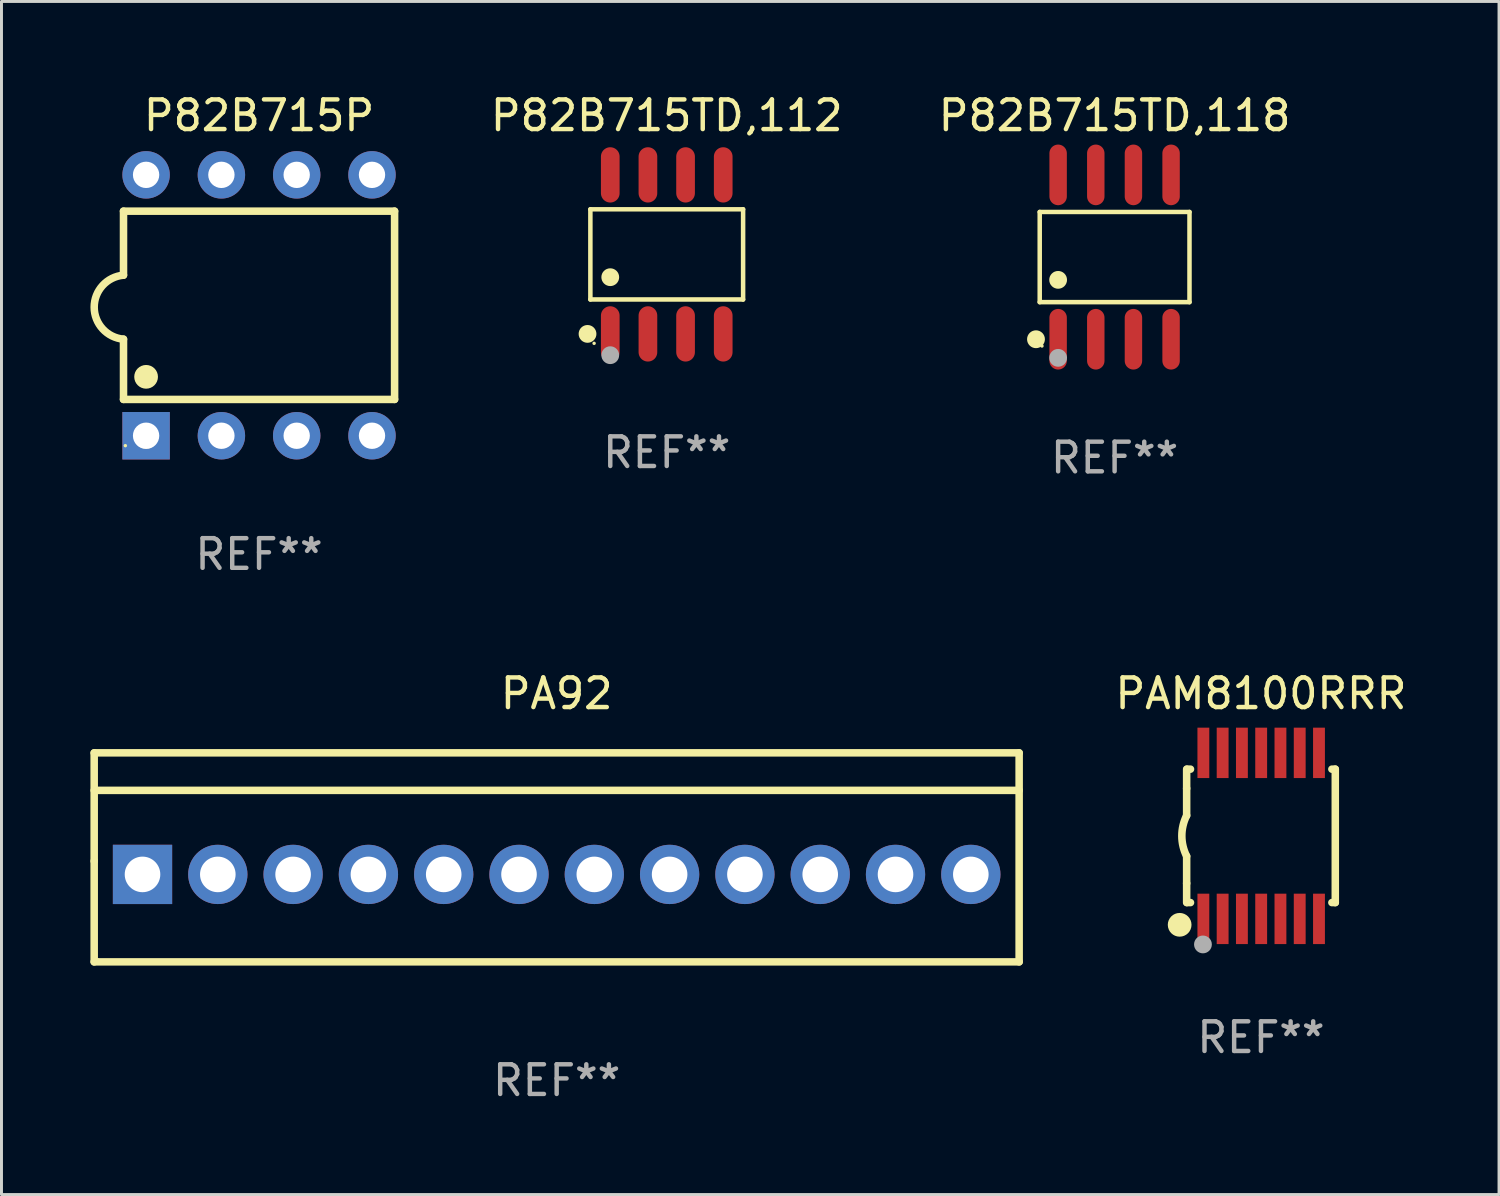
<source format=kicad_pcb>
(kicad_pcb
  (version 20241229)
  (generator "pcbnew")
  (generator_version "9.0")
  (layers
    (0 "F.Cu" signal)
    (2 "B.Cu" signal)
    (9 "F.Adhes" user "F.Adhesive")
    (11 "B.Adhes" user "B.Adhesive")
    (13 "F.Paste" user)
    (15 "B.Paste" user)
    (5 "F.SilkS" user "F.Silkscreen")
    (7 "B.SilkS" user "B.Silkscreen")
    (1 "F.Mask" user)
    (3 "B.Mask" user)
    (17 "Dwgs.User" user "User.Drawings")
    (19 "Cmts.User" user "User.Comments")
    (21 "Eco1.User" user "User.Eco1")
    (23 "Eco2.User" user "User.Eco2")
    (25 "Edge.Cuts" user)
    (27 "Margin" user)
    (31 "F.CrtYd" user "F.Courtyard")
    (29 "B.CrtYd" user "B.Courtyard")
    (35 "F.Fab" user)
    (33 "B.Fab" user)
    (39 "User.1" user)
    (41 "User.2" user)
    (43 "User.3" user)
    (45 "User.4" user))
  (footprint "P82B715P"
    (layer "F.Cu")
    (at 5.688 7.248)
    (property "Reference" "P82B715P" (at 0 -6.4 0) (layer "F.SilkS") (effects (font (size 1 1) (thickness 0.15))))
    (attr through_hole)
    (fp_line (start -4.572 -1.016) (end -4.572 -3.175) (stroke (width 0.254) (type solid)) (layer "F.SilkS"))
    (fp_line (start -4.572 1.143) (end -4.572 3.175) (stroke (width 0.254) (type solid)) (layer "F.SilkS"))
    (fp_line (start -4.572 3.175) (end 4.572 3.175) (stroke (width 0.254) (type solid)) (layer "F.SilkS"))
    (fp_line (start 4.572 -3.175) (end -4.572 -3.175) (stroke (width 0.254) (type solid)) (layer "F.SilkS"))
    (fp_line (start 4.572 3.175) (end 4.572 -3.175) (stroke (width 0.254) (type solid)) (layer "F.SilkS"))
    (fp_arc (start -4.572009 1.143002) (mid -5.56071 0.0635) (end -4.572009 -1.016002) (stroke (width 0.254001) (type solid)) (layer "F.SilkS"))
    (fp_circle (center -4.51 4.735) (end -4.48 4.735) (stroke (width 0.06) (type solid)) (fill no) (layer "F.SilkS"))
    (fp_circle (center -3.81 2.413) (end -3.61 2.413) (stroke (width 0.4) (type solid)) (fill no) (layer "F.SilkS"))
    (fp_circle (center -3.81 4.445) (end -3.61 4.445) (stroke (width 0.4) (type solid)) (fill no) (layer "F.Fab"))
    (fp_text user "REF**" (at 0 8.4 0) (layer "F.Fab") (effects (font (size 1 1) (thickness 0.15))))
    (pad "1" thru_hole rect (at -3.81 4.4) (size 1.6 1.6) (drill 0.889) (layers "*.Cu" "*.Mask"))
    (pad "2" thru_hole circle (at -1.27 4.4) (size 1.6 1.6) (drill 0.889) (layers "*.Cu" "*.Mask"))
    (pad "3" thru_hole circle (at 1.27 4.4) (size 1.6 1.6) (drill 0.889) (layers "*.Cu" "*.Mask"))
    (pad "4" thru_hole circle (at 3.81 4.4) (size 1.6 1.6) (drill 0.889) (layers "*.Cu" "*.Mask"))
    (pad "5" thru_hole circle (at 3.81 -4.4) (size 1.6 1.6) (drill 0.889) (layers "*.Cu" "*.Mask"))
    (pad "6" thru_hole circle (at 1.27 -4.4) (size 1.6 1.6) (drill 0.889) (layers "*.Cu" "*.Mask"))
    (pad "7" thru_hole circle (at -1.27 -4.4) (size 1.6 1.6) (drill 0.889) (layers "*.Cu" "*.Mask"))
    (pad "8" thru_hole circle (at -3.81 -4.4) (size 1.6 1.6) (drill 0.889) (layers "*.Cu" "*.Mask")))
  (footprint "P82B715TD,118"
    (layer "F.Cu")
    (at 34.547 5.621)
    (property "Reference" "P82B715TD,118" (at 0 -4.772 0) (layer "F.SilkS") (effects (font (size 1 1) (thickness 0.15))))
    (attr through_hole)
    (fp_line (start -2.526 -1.521) (end 2.526 -1.521) (stroke (width 0.152) (type solid)) (layer "F.SilkS"))
    (fp_line (start -2.526 1.521) (end -2.526 -1.521) (stroke (width 0.152) (type solid)) (layer "F.SilkS"))
    (fp_line (start 2.526 -1.521) (end 2.526 1.521) (stroke (width 0.152) (type solid)) (layer "F.SilkS"))
    (fp_line (start 2.526 1.521) (end -2.526 1.521) (stroke (width 0.152) (type solid)) (layer "F.SilkS"))
    (fp_circle (center -2.652 2.772) (end -2.501 2.772) (stroke (width 0.3) (type solid)) (fill no) (layer "F.SilkS"))
    (fp_circle (center -2.45 3) (end -2.42 3) (stroke (width 0.06) (type solid)) (fill no) (layer "F.SilkS"))
    (fp_circle (center -1.905 0.769) (end -1.755 0.769) (stroke (width 0.3) (type solid)) (fill no) (layer "F.SilkS"))
    (fp_circle (center -1.905 3.4) (end -1.755 3.4) (stroke (width 0.3) (type solid)) (fill no) (layer "F.Fab"))
    (fp_text user "REF**" (at 0 6.772 0) (layer "F.Fab") (effects (font (size 1 1) (thickness 0.15))))
    (pad "1" smd oval (at -1.905 2.772) (size 0.588 2.045) (layers "F.Cu" "F.Mask" "F.Paste"))
    (pad "2" smd oval (at -0.635 2.772) (size 0.588 2.045) (layers "F.Cu" "F.Mask" "F.Paste"))
    (pad "3" smd oval (at 0.635 2.772) (size 0.588 2.045) (layers "F.Cu" "F.Mask" "F.Paste"))
    (pad "4" smd oval (at 1.905 2.772) (size 0.588 2.045) (layers "F.Cu" "F.Mask" "F.Paste"))
    (pad "5" smd oval (at 1.905 -2.772) (size 0.588 2.045) (layers "F.Cu" "F.Mask" "F.Paste"))
    (pad "6" smd oval (at 0.635 -2.772) (size 0.588 2.045) (layers "F.Cu" "F.Mask" "F.Paste"))
    (pad "7" smd oval (at -0.635 -2.772) (size 0.588 2.045) (layers "F.Cu" "F.Mask" "F.Paste"))
    (pad "8" smd oval (at -1.905 -2.772) (size 0.588 2.045) (layers "F.Cu" "F.Mask" "F.Paste")))
  (footprint "PA92"
    (layer "F.Cu")
    (at 15.727 25.87)
    (property "Reference" "PA92" (at 0 -5.525 0) (layer "F.SilkS") (effects (font (size 1 1) (thickness 0.15))))
    (attr through_hole)
    (fp_line (start -15.6 -3.525) (end -15.6 0.125) (stroke (width 0.254) (type solid)) (layer "F.SilkS"))
    (fp_line (start -15.6 -2.26) (end 15.6 -2.26) (stroke (width 0.254) (type solid)) (layer "F.SilkS"))
    (fp_line (start -15.6 0.125) (end -15.6 3.525) (stroke (width 0.254) (type solid)) (layer "F.SilkS"))
    (fp_line (start -15.6 3.525) (end 15.6 3.525) (stroke (width 0.254) (type solid)) (layer "F.SilkS"))
    (fp_line (start 15.6 -3.525) (end -15.6 -3.525) (stroke (width 0.254) (type solid)) (layer "F.SilkS"))
    (fp_line (start 15.6 3.525) (end 15.6 -3.525) (stroke (width 0.254) (type solid)) (layer "F.SilkS"))
    (fp_circle (center -15.495 3.445) (end -15.465 3.445) (stroke (width 0.06) (type solid)) (fill no) (layer "F.SilkS"))
    (fp_text user "REF**" (at 0 7.525 0) (layer "F.Fab") (effects (font (size 1 1) (thickness 0.15))))
    (pad "1" thru_hole rect (at -13.97 0.575) (size 2 2) (drill 1.2) (layers "*.Cu" "*.Mask"))
    (pad "2" thru_hole circle (at -11.43 0.575) (size 2 2) (drill 1.2) (layers "*.Cu" "*.Mask"))
    (pad "3" thru_hole circle (at -8.89 0.575) (size 2 2) (drill 1.2) (layers "*.Cu" "*.Mask"))
    (pad "4" thru_hole circle (at -6.35 0.575) (size 2 2) (drill 1.2) (layers "*.Cu" "*.Mask"))
    (pad "5" thru_hole circle (at -3.81 0.575) (size 2 2) (drill 1.2) (layers "*.Cu" "*.Mask"))
    (pad "6" thru_hole circle (at -1.27 0.575) (size 2 2) (drill 1.2) (layers "*.Cu" "*.Mask"))
    (pad "7" thru_hole circle (at 1.27 0.575) (size 2 2) (drill 1.2) (layers "*.Cu" "*.Mask"))
    (pad "8" thru_hole circle (at 3.81 0.575) (size 2 2) (drill 1.2) (layers "*.Cu" "*.Mask"))
    (pad "9" thru_hole circle (at 6.35 0.575) (size 2 2) (drill 1.2) (layers "*.Cu" "*.Mask"))
    (pad "10" thru_hole circle (at 8.89 0.575) (size 2 2) (drill 1.2) (layers "*.Cu" "*.Mask"))
    (pad "11" thru_hole circle (at 11.43 0.575) (size 2 2) (drill 1.2) (layers "*.Cu" "*.Mask"))
    (pad "12" thru_hole circle (at 13.97 0.575) (size 2 2) (drill 1.2) (layers "*.Cu" "*.Mask")))
  (footprint "PAM8100RRR"
    (layer "F.Cu")
    (at 39.484 25.145)
    (property "Reference" "PAM8100RRR" (at 0 -4.8 0) (layer "F.SilkS") (effects (font (size 1 1) (thickness 0.15))))
    (attr through_hole)
    (fp_line (start -2.507 -1.6) (end -2.507 -2.25) (stroke (width 0.254) (type solid)) (layer "F.SilkS"))
    (fp_line (start -2.507 -0.686) (end -2.507 -1.6) (stroke (width 0.254) (type solid)) (layer "F.SilkS"))
    (fp_line (start -2.507 1.6) (end -2.507 0.686) (stroke (width 0.254) (type solid)) (layer "F.SilkS"))
    (fp_line (start -2.507 1.6) (end -2.507 2.25) (stroke (width 0.254) (type solid)) (layer "F.SilkS"))
    (fp_line (start -2.493 -2.25) (end -2.377 -2.25) (stroke (width 0.254) (type solid)) (layer "F.SilkS"))
    (fp_line (start -2.377 2.25) (end -2.493 2.25) (stroke (width 0.254) (type solid)) (layer "F.SilkS"))
    (fp_line (start 2.392 -2.25) (end 2.507 -2.25) (stroke (width 0.254) (type solid)) (layer "F.SilkS"))
    (fp_line (start 2.507 -2.25) (end 2.507 2.25) (stroke (width 0.254) (type solid)) (layer "F.SilkS"))
    (fp_line (start 2.507 2.25) (end 2.392 2.25) (stroke (width 0.254) (type solid)) (layer "F.SilkS"))
    (fp_arc (start -2.507303 0.685802) (mid -2.669199 0) (end -2.507303 -0.685801) (stroke (width 0.254001) (type solid)) (layer "F.SilkS"))
    (fp_circle (center -2.743 3) (end -2.543 3) (stroke (width 0.4) (type solid)) (fill no) (layer "F.SilkS"))
    (fp_circle (center -2.493 3.2) (end -2.463 3.2) (stroke (width 0.06) (type solid)) (fill no) (layer "F.SilkS"))
    (fp_circle (center -1.957 3.662) (end -1.807 3.662) (stroke (width 0.3) (type solid)) (fill no) (layer "F.Fab"))
    (fp_text user "REF**" (at 0 6.8 0) (layer "F.Fab") (effects (font (size 1 1) (thickness 0.15))))
    (pad "1" smd rect (at -1.943 2.8) (size 0.4 1.7) (layers "F.Cu" "F.Mask" "F.Paste"))
    (pad "2" smd rect (at -1.293 2.8) (size 0.4 1.7) (layers "F.Cu" "F.Mask" "F.Paste"))
    (pad "3" smd rect (at -0.643 2.8) (size 0.4 1.7) (layers "F.Cu" "F.Mask" "F.Paste"))
    (pad "4" smd rect (at 0.007 2.8) (size 0.4 1.7) (layers "F.Cu" "F.Mask" "F.Paste"))
    (pad "5" smd rect (at 0.657 2.8) (size 0.4 1.7) (layers "F.Cu" "F.Mask" "F.Paste"))
    (pad "6" smd rect (at 1.307 2.8) (size 0.4 1.7) (layers "F.Cu" "F.Mask" "F.Paste"))
    (pad "7" smd rect (at 1.957 2.8) (size 0.4 1.7) (layers "F.Cu" "F.Mask" "F.Paste"))
    (pad "8" smd rect (at 1.957 -2.8) (size 0.4 1.7) (layers "F.Cu" "F.Mask" "F.Paste"))
    (pad "9" smd rect (at 1.307 -2.8) (size 0.4 1.7) (layers "F.Cu" "F.Mask" "F.Paste"))
    (pad "10" smd rect (at 0.657 -2.8) (size 0.4 1.7) (layers "F.Cu" "F.Mask" "F.Paste"))
    (pad "11" smd rect (at 0.007 -2.8) (size 0.4 1.7) (layers "F.Cu" "F.Mask" "F.Paste"))
    (pad "12" smd rect (at -0.643 -2.8) (size 0.4 1.7) (layers "F.Cu" "F.Mask" "F.Paste"))
    (pad "13" smd rect (at -1.293 -2.8) (size 0.4 1.7) (layers "F.Cu" "F.Mask" "F.Paste"))
    (pad "14" smd rect (at -1.943 -2.8) (size 0.4 1.7) (layers "F.Cu" "F.Mask" "F.Paste")))
  (footprint "P82B715TD,112"
    (layer "F.Cu")
    (at 19.44 5.531)
    (property "Reference" "P82B715TD,112" (at 0 -4.682 0) (layer "F.SilkS") (effects (font (size 1 1) (thickness 0.15))))
    (attr through_hole)
    (fp_line (start -2.576 -1.521) (end 2.576 -1.521) (stroke (width 0.152) (type solid)) (layer "F.SilkS"))
    (fp_line (start -2.576 1.521) (end -2.576 -1.521) (stroke (width 0.152) (type solid)) (layer "F.SilkS"))
    (fp_line (start 2.576 -1.521) (end 2.576 1.521) (stroke (width 0.152) (type solid)) (layer "F.SilkS"))
    (fp_line (start 2.576 1.521) (end -2.576 1.521) (stroke (width 0.152) (type solid)) (layer "F.SilkS"))
    (fp_circle (center -2.672 2.682) (end -2.522 2.682) (stroke (width 0.3) (type solid)) (fill no) (layer "F.SilkS"))
    (fp_circle (center -2.45 3) (end -2.42 3) (stroke (width 0.06) (type solid)) (fill no) (layer "F.SilkS"))
    (fp_circle (center -1.905 0.769) (end -1.755 0.769) (stroke (width 0.3) (type solid)) (fill no) (layer "F.SilkS"))
    (fp_circle (center -1.905 3.4) (end -1.755 3.4) (stroke (width 0.3) (type solid)) (fill no) (layer "F.Fab"))
    (fp_text user "REF**" (at 0 6.682 0) (layer "F.Fab") (effects (font (size 1 1) (thickness 0.15))))
    (pad "1" smd oval (at -1.905 2.682) (size 0.63 1.865) (layers "F.Cu" "F.Mask" "F.Paste"))
    (pad "2" smd oval (at -0.635 2.682) (size 0.63 1.865) (layers "F.Cu" "F.Mask" "F.Paste"))
    (pad "3" smd oval (at 0.635 2.682) (size 0.63 1.865) (layers "F.Cu" "F.Mask" "F.Paste"))
    (pad "4" smd oval (at 1.905 2.682) (size 0.63 1.865) (layers "F.Cu" "F.Mask" "F.Paste"))
    (pad "5" smd oval (at 1.905 -2.682) (size 0.63 1.865) (layers "F.Cu" "F.Mask" "F.Paste"))
    (pad "6" smd oval (at 0.635 -2.682) (size 0.63 1.865) (layers "F.Cu" "F.Mask" "F.Paste"))
    (pad "7" smd oval (at -0.635 -2.682) (size 0.63 1.865) (layers "F.Cu" "F.Mask" "F.Paste"))
    (pad "8" smd oval (at -1.905 -2.682) (size 0.63 1.865) (layers "F.Cu" "F.Mask" "F.Paste")))
  (gr_rect
    (start -3 -3)
    (end 47.514 37.243)
    (stroke (width 0.1) (type default))
    (fill no)
    (layer "Edge.Cuts")))
</source>
